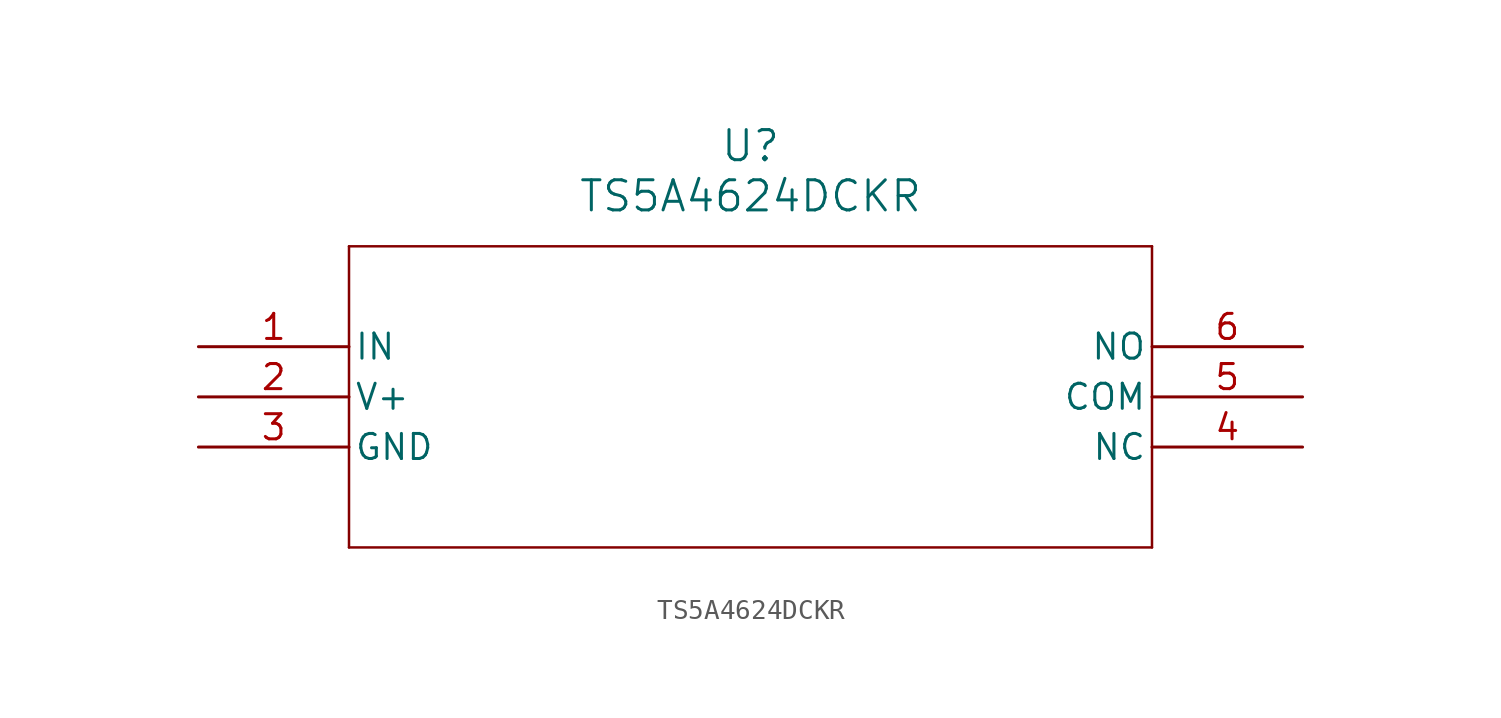
<source format=kicad_sym>
(kicad_symbol_lib
  (version 20241209)
  (generator "kicad_symbol_editor")
  (generator_version "9.0")
  (symbol "TS5A4624DCKR"
    (pin_names
      (offset 0.254))
    (property "Reference" "U"
      (at 27.94 10.16 0)
      (effects (font (size 1.524 1.524))))
    (property "Value" "TS5A4624DCKR"
      (at 27.94 7.62 0)
      (effects (font (size 1.524 1.524))))
    (property "ki_locked" ""
      (at 0 0 0)
      (effects (font (size 1.27 1.27))))
    (symbol "TS5A4624DCKR_0_1"
      (polyline (pts (xy 7.62 5.08) (xy 7.62 -10.16)) (stroke (width 0.127) (type default)) (fill (type none)))
      (polyline (pts (xy 7.62 -10.16) (xy 48.26 -10.16)) (stroke (width 0.127) (type default)) (fill (type none)))
      (polyline (pts (xy 48.26 5.08) (xy 7.62 5.08)) (stroke (width 0.127) (type default)) (fill (type none)))
      (polyline (pts (xy 48.26 -10.16) (xy 48.26 5.08)) (stroke (width 0.127) (type default)) (fill (type none)))
      (pin input line (at 0 0 0) (length 7.62) (name "IN" (effects (font (size 1.27 1.27)))) (number "1" (effects (font (size 1.27 1.27)))))
      (pin power_in line (at 0 -2.54 0) (length 7.62) (name "V+" (effects (font (size 1.27 1.27)))) (number "2" (effects (font (size 1.27 1.27)))))
      (pin power_in line (at 0 -5.08 0) (length 7.62) (name "GND" (effects (font (size 1.27 1.27)))) (number "3" (effects (font (size 1.27 1.27)))))
      (pin output line (at 55.88 0 180) (length 7.62) (name "NO" (effects (font (size 1.27 1.27)))) (number "6" (effects (font (size 1.27 1.27)))))
      (pin unspecified line (at 55.88 -2.54 180) (length 7.62) (name "COM" (effects (font (size 1.27 1.27)))) (number "5" (effects (font (size 1.27 1.27)))))
      (pin unspecified line (at 55.88 -5.08 180) (length 7.62) (name "NC" (effects (font (size 1.27 1.27)))) (number "4" (effects (font (size 1.27 1.27))))))))
</source>
